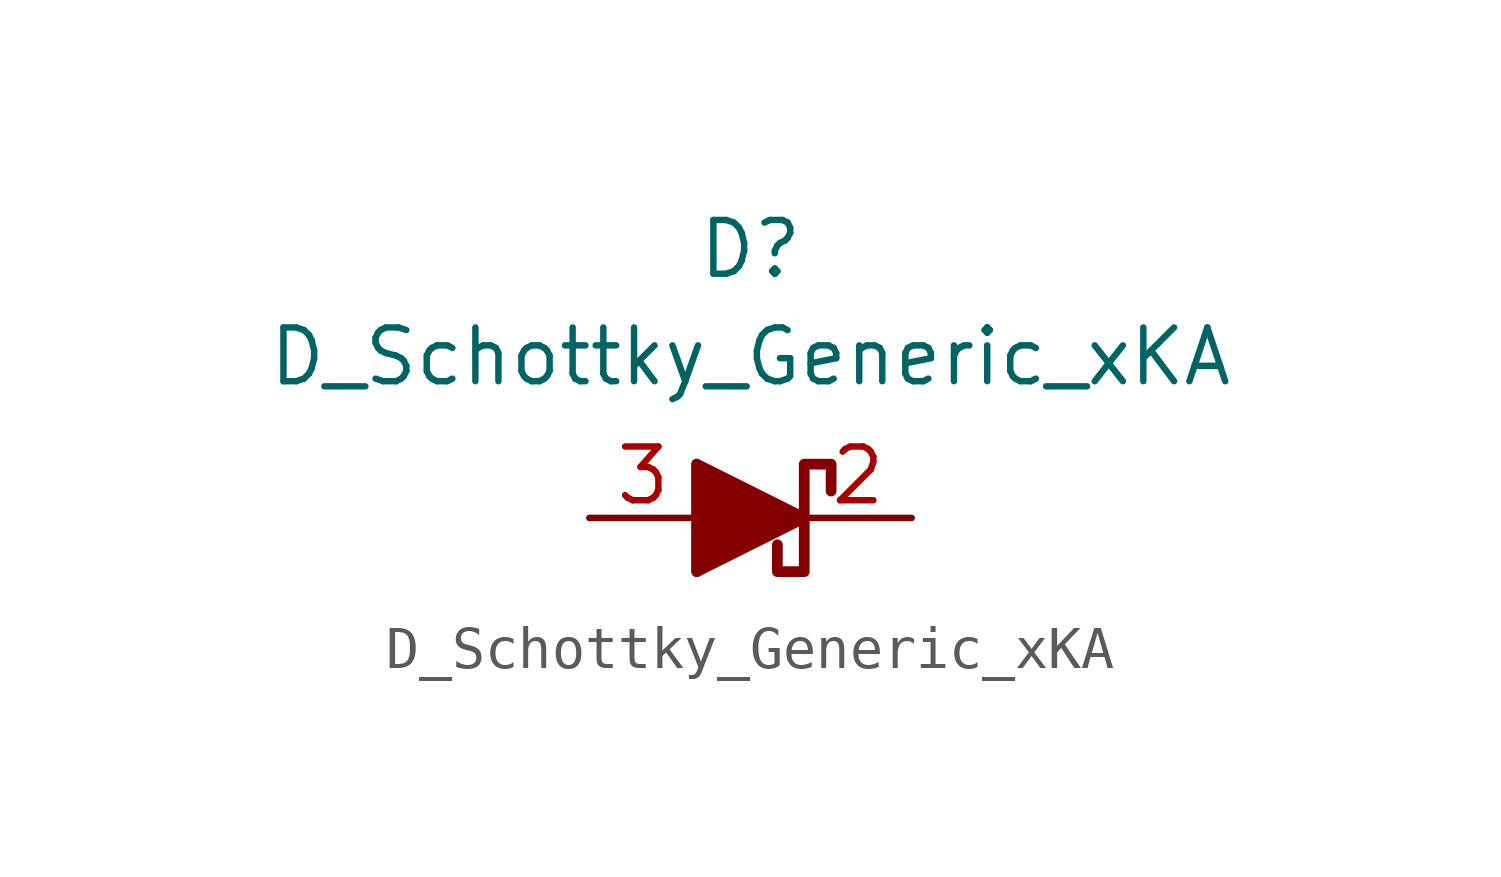
<source format=kicad_sym>
(kicad_symbol_lib
  (version 20201005)
  (generator kicad_symbol_editor)
  (symbol "Diode_Schottky_AKL:D_Schottky_Generic_xKA"
    (pin_names
      (offset 1.016) hide)
    (property "Reference" "D"
      (at 0 6.35 0)
      (effects (font (size 1.27 1.27))))
    (property "Value" "D_Schottky_Generic_xKA"
      (at 0 3.81 0)
      (effects (font (size 1.27 1.27))))
    (symbol "D_Schottky_Generic_xKA_0_1"
      (polyline (pts (xy -1.27 0) (xy 1.27 0)) (stroke (width 0)) (fill (type none)))
      (polyline (pts (xy -1.27 1.27) (xy -1.27 -1.27)) (stroke (width 0.254)) (fill (type none)))
      (polyline (pts (xy -1.27 -1.27) (xy -1.27 1.27) (xy 1.27 0) (xy -1.27 -1.27)) (stroke (width 0.254)) (fill (type outline))))
    (symbol "D_Schottky_Generic_xKA_1_1"
      (polyline (pts (xy 1.905 0.635) (xy 1.905 1.27) (xy 1.27 1.27) (xy 1.27 -1.27) (xy 0.635 -1.27) (xy 0.635 -0.635)) (stroke (width 0.254)) (fill (type none)))
      (pin passive line (at 3.81 0 180) (length 2.54) (name "K" (effects (font (size 1.27 1.27)))) (number "2" (effects (font (size 1.27 1.27)))))
      (pin passive line (at -3.81 0 0) (length 2.54) (name "A" (effects (font (size 1.27 1.27)))) (number "3" (effects (font (size 1.27 1.27))))))))
</source>
